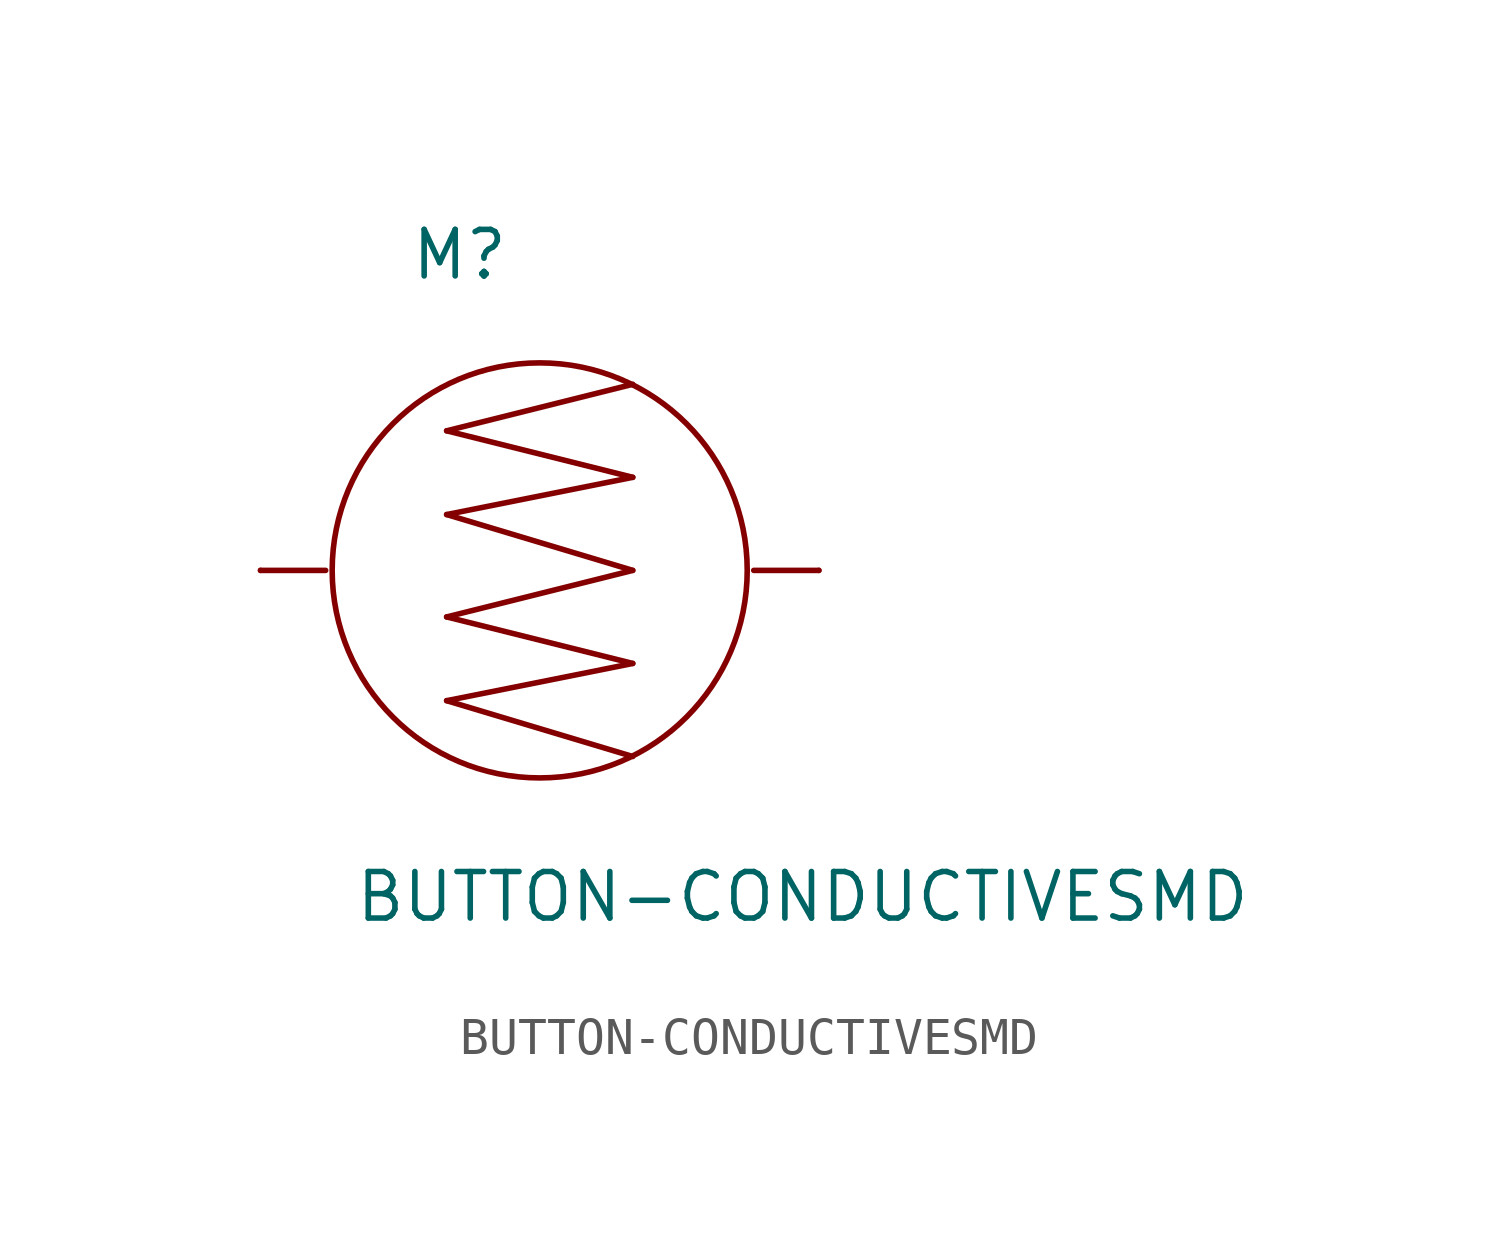
<source format=kicad_sym>
(kicad_symbol_lib
  (version 20211014)
  (generator kicad_symbol_editor)
  (symbol "BUTTON-CONDUCTIVESMD"
    (pin_numbers hide)
    (pin_names
      (offset 1.016) hide)
    (property "Reference" "M"
      (at -3.556 7.874 0)
      (effects (font (size 1.27 1.27)) (justify left bottom)))
    (property "Value" "BUTTON-CONDUCTIVESMD"
      (at -5.08 -9.652 0)
      (effects (font (size 1.27 1.27)) (justify left bottom)))
    (property "ki_locked" ""
      (at 0 0 0)
      (effects (font (size 1.27 1.27))))
    (symbol "BUTTON-CONDUCTIVESMD_1_0"
      (polyline (pts (xy -7.62 0) (xy -5.842 0)) (stroke (width 0) (type default) (color 0 0 0 0)) (fill (type none)))
      (polyline (pts (xy -2.54 -3.556) (xy 2.54 -5.08)) (stroke (width 0) (type default) (color 0 0 0 0)) (fill (type none)))
      (polyline (pts (xy -2.54 -1.27) (xy 2.54 -2.54)) (stroke (width 0) (type default) (color 0 0 0 0)) (fill (type none)))
      (polyline (pts (xy -2.54 1.524) (xy 2.54 0)) (stroke (width 0) (type default) (color 0 0 0 0)) (fill (type none)))
      (polyline (pts (xy -2.54 3.81) (xy 2.54 5.08)) (stroke (width 0) (type default) (color 0 0 0 0)) (fill (type none)))
      (polyline (pts (xy 2.54 -2.54) (xy -2.54 -3.556)) (stroke (width 0) (type default) (color 0 0 0 0)) (fill (type none)))
      (polyline (pts (xy 2.54 0) (xy -2.54 -1.27)) (stroke (width 0) (type default) (color 0 0 0 0)) (fill (type none)))
      (polyline (pts (xy 2.54 2.54) (xy -2.54 1.524)) (stroke (width 0) (type default) (color 0 0 0 0)) (fill (type none)))
      (polyline (pts (xy 2.54 2.54) (xy -2.54 3.81)) (stroke (width 0) (type default) (color 0 0 0 0)) (fill (type none)))
      (polyline (pts (xy 7.62 0) (xy 5.842 0)) (stroke (width 0) (type default) (color 0 0 0 0)) (fill (type none))))
    (symbol "BUTTON-CONDUCTIVESMD_1_1"
      (circle (center 0 0) (radius 5.664) (stroke (width 0) (type default) (color 0 0 0 0)) (fill (type none)))
      (pin passive line (at -7.62 0 0) (length 0) (name "1" (effects (font (size 1.016 1.016)))) (number "1" (effects (font (size 1.016 1.016)))))
      (pin passive line (at 7.62 0 180) (length 0) (name "2" (effects (font (size 1.016 1.016)))) (number "2" (effects (font (size 1.016 1.016))))))))
</source>
